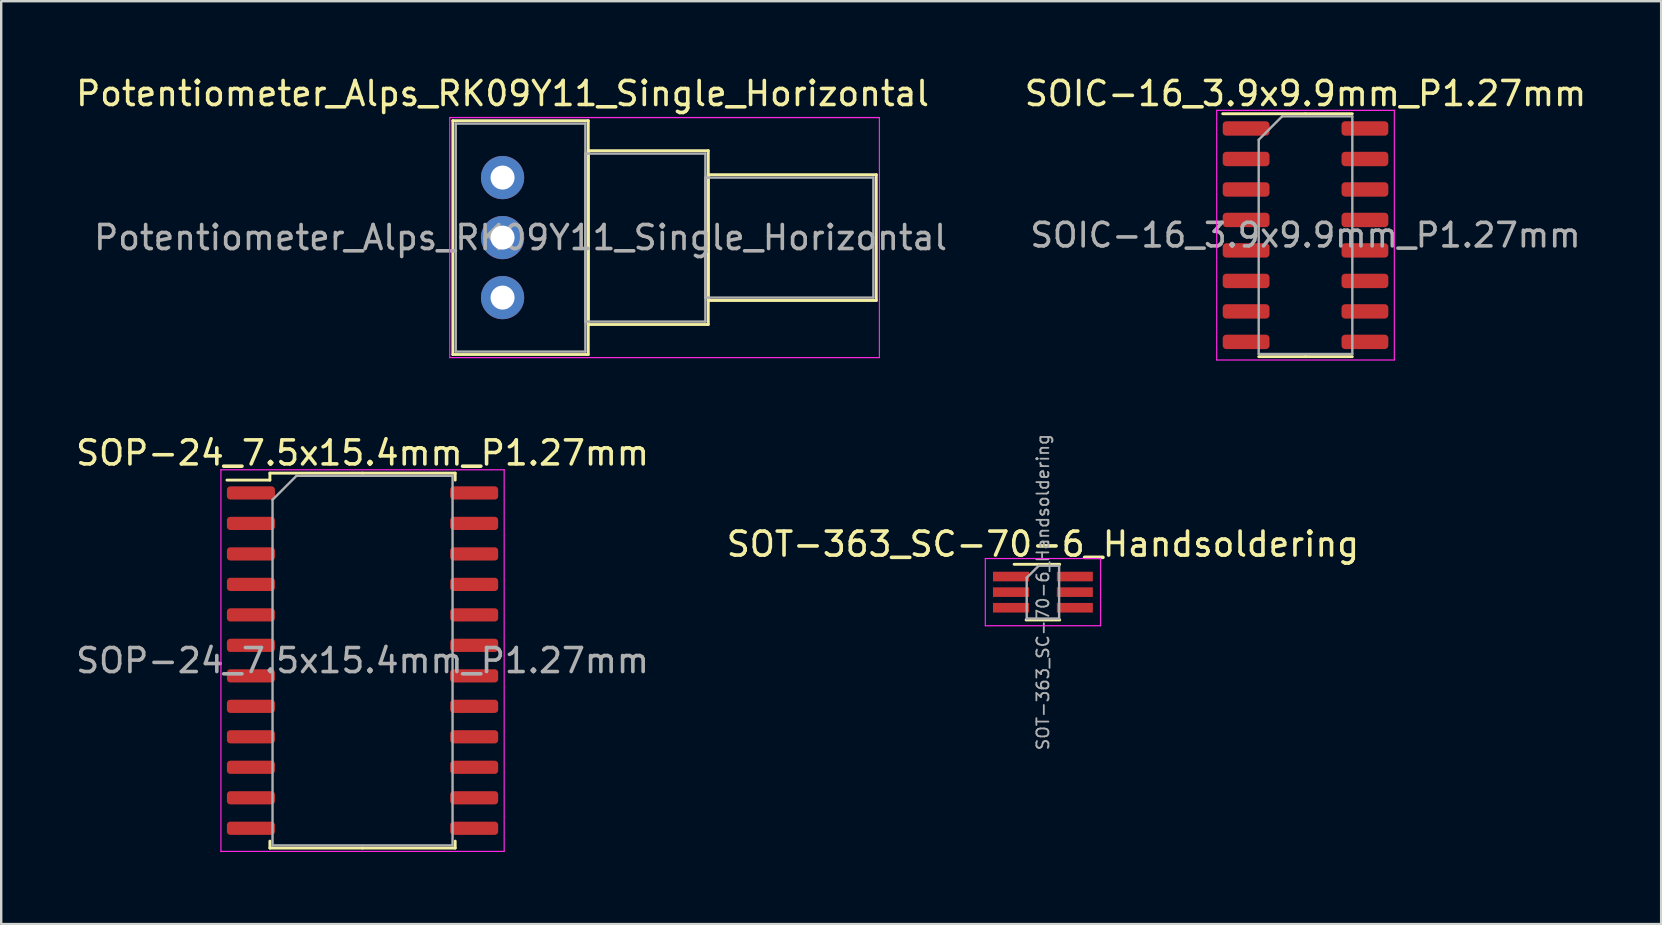
<source format=kicad_pcb>
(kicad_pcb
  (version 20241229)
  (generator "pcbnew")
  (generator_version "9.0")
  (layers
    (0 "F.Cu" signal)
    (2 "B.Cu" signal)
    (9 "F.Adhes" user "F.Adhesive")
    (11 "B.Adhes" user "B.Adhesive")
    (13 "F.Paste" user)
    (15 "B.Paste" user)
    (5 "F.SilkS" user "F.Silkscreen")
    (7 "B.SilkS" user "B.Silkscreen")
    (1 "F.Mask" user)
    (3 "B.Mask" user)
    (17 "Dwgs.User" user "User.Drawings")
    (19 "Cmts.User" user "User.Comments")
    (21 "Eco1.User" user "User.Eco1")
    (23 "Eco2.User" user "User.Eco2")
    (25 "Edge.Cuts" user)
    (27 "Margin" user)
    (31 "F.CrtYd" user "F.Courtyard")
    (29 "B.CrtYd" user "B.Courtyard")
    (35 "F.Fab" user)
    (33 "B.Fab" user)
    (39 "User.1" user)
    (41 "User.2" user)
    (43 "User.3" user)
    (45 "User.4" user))
  (footprint "SOIC-16_3.9x9.9mm_P1.27mm"
    (layer "F.Cu")
    (at 51.339 6.748)
    (property "Reference" "SOIC-16_3.9x9.9mm_P1.27mm" (at 0 -5.9 0) (layer "F.SilkS") (effects (font (size 1 1) (thickness 0.15))))
    (attr smd)
    (fp_line (start 0 -5.06) (end -3.45 -5.06) (stroke (width 0.12) (type solid)) (layer "F.SilkS"))
    (fp_line (start 0 -5.06) (end 1.95 -5.06) (stroke (width 0.12) (type solid)) (layer "F.SilkS"))
    (fp_line (start 0 5.06) (end -1.95 5.06) (stroke (width 0.12) (type solid)) (layer "F.SilkS"))
    (fp_line (start 0 5.06) (end 1.95 5.06) (stroke (width 0.12) (type solid)) (layer "F.SilkS"))
    (fp_line (start -3.7 -5.2) (end -3.7 5.2) (stroke (width 0.05) (type solid)) (layer "F.CrtYd"))
    (fp_line (start -3.7 5.2) (end 3.7 5.2) (stroke (width 0.05) (type solid)) (layer "F.CrtYd"))
    (fp_line (start 3.7 -5.2) (end -3.7 -5.2) (stroke (width 0.05) (type solid)) (layer "F.CrtYd"))
    (fp_line (start 3.7 5.2) (end 3.7 -5.2) (stroke (width 0.05) (type solid)) (layer "F.CrtYd"))
    (fp_line (start -1.95 -3.975) (end -0.975 -4.95) (stroke (width 0.1) (type solid)) (layer "F.Fab"))
    (fp_line (start -1.95 4.95) (end -1.95 -3.975) (stroke (width 0.1) (type solid)) (layer "F.Fab"))
    (fp_line (start -0.975 -4.95) (end 1.95 -4.95) (stroke (width 0.1) (type solid)) (layer "F.Fab"))
    (fp_line (start 1.95 -4.95) (end 1.95 4.95) (stroke (width 0.1) (type solid)) (layer "F.Fab"))
    (fp_line (start 1.95 4.95) (end -1.95 4.95) (stroke (width 0.1) (type solid)) (layer "F.Fab"))
    (fp_text user "${REFERENCE}" (at 0 0 0) (layer "F.Fab") (effects (font (size 0.98 0.98) (thickness 0.15))))
    (pad "1" smd roundrect (at -2.475 -4.445) (size 1.95 0.6) (layers "F.Cu" "F.Mask" "F.Paste") (roundrect_rratio 0.25))
    (pad "2" smd roundrect (at -2.475 -3.175) (size 1.95 0.6) (layers "F.Cu" "F.Mask" "F.Paste") (roundrect_rratio 0.25))
    (pad "3" smd roundrect (at -2.475 -1.905) (size 1.95 0.6) (layers "F.Cu" "F.Mask" "F.Paste") (roundrect_rratio 0.25))
    (pad "4" smd roundrect (at -2.475 -0.635) (size 1.95 0.6) (layers "F.Cu" "F.Mask" "F.Paste") (roundrect_rratio 0.25))
    (pad "5" smd roundrect (at -2.475 0.635) (size 1.95 0.6) (layers "F.Cu" "F.Mask" "F.Paste") (roundrect_rratio 0.25))
    (pad "6" smd roundrect (at -2.475 1.905) (size 1.95 0.6) (layers "F.Cu" "F.Mask" "F.Paste") (roundrect_rratio 0.25))
    (pad "7" smd roundrect (at -2.475 3.175) (size 1.95 0.6) (layers "F.Cu" "F.Mask" "F.Paste") (roundrect_rratio 0.25))
    (pad "8" smd roundrect (at -2.475 4.445) (size 1.95 0.6) (layers "F.Cu" "F.Mask" "F.Paste") (roundrect_rratio 0.25))
    (pad "9" smd roundrect (at 2.475 4.445) (size 1.95 0.6) (layers "F.Cu" "F.Mask" "F.Paste") (roundrect_rratio 0.25))
    (pad "10" smd roundrect (at 2.475 3.175) (size 1.95 0.6) (layers "F.Cu" "F.Mask" "F.Paste") (roundrect_rratio 0.25))
    (pad "11" smd roundrect (at 2.475 1.905) (size 1.95 0.6) (layers "F.Cu" "F.Mask" "F.Paste") (roundrect_rratio 0.25))
    (pad "12" smd roundrect (at 2.475 0.635) (size 1.95 0.6) (layers "F.Cu" "F.Mask" "F.Paste") (roundrect_rratio 0.25))
    (pad "13" smd roundrect (at 2.475 -0.635) (size 1.95 0.6) (layers "F.Cu" "F.Mask" "F.Paste") (roundrect_rratio 0.25))
    (pad "14" smd roundrect (at 2.475 -1.905) (size 1.95 0.6) (layers "F.Cu" "F.Mask" "F.Paste") (roundrect_rratio 0.25))
    (pad "15" smd roundrect (at 2.475 -3.175) (size 1.95 0.6) (layers "F.Cu" "F.Mask" "F.Paste") (roundrect_rratio 0.25))
    (pad "16" smd roundrect (at 2.475 -4.445) (size 1.95 0.6) (layers "F.Cu" "F.Mask" "F.Paste") (roundrect_rratio 0.25)))
  (footprint "SOP-24_7.5x15.4mm_P1.27mm"
    (layer "F.Cu")
    (at 12.054 24.471)
    (property "Reference" "SOP-24_7.5x15.4mm_P1.27mm" (at 0 -8.65 0) (layer "F.SilkS") (effects (font (size 1 1) (thickness 0.15))))
    (attr smd)
    (fp_line (start -3.86 -7.81) (end -3.86 -7.52) (stroke (width 0.12) (type solid)) (layer "F.SilkS"))
    (fp_line (start -3.86 -7.52) (end -5.65 -7.52) (stroke (width 0.12) (type solid)) (layer "F.SilkS"))
    (fp_line (start -3.86 7.81) (end -3.86 7.52) (stroke (width 0.12) (type solid)) (layer "F.SilkS"))
    (fp_line (start 0 -7.81) (end -3.86 -7.81) (stroke (width 0.12) (type solid)) (layer "F.SilkS"))
    (fp_line (start 0 -7.81) (end 3.86 -7.81) (stroke (width 0.12) (type solid)) (layer "F.SilkS"))
    (fp_line (start 0 7.81) (end -3.86 7.81) (stroke (width 0.12) (type solid)) (layer "F.SilkS"))
    (fp_line (start 0 7.81) (end 3.86 7.81) (stroke (width 0.12) (type solid)) (layer "F.SilkS"))
    (fp_line (start 3.86 -7.81) (end 3.86 -7.52) (stroke (width 0.12) (type solid)) (layer "F.SilkS"))
    (fp_line (start 3.86 7.81) (end 3.86 7.52) (stroke (width 0.12) (type solid)) (layer "F.SilkS"))
    (fp_line (start -5.9 -7.95) (end -5.9 7.95) (stroke (width 0.05) (type solid)) (layer "F.CrtYd"))
    (fp_line (start -5.9 7.95) (end 5.9 7.95) (stroke (width 0.05) (type solid)) (layer "F.CrtYd"))
    (fp_line (start 5.9 -7.95) (end -5.9 -7.95) (stroke (width 0.05) (type solid)) (layer "F.CrtYd"))
    (fp_line (start 5.9 7.95) (end 5.9 -7.95) (stroke (width 0.05) (type solid)) (layer "F.CrtYd"))
    (fp_line (start -3.75 -6.7) (end -2.75 -7.7) (stroke (width 0.1) (type solid)) (layer "F.Fab"))
    (fp_line (start -3.75 7.7) (end -3.75 -6.7) (stroke (width 0.1) (type solid)) (layer "F.Fab"))
    (fp_line (start -2.75 -7.7) (end 3.75 -7.7) (stroke (width 0.1) (type solid)) (layer "F.Fab"))
    (fp_line (start 3.75 -7.7) (end 3.75 7.7) (stroke (width 0.1) (type solid)) (layer "F.Fab"))
    (fp_line (start 3.75 7.7) (end -3.75 7.7) (stroke (width 0.1) (type solid)) (layer "F.Fab"))
    (fp_text user "${REFERENCE}" (at 0 0 0) (layer "F.Fab") (effects (font (size 1 1) (thickness 0.15))))
    (pad "1" smd roundrect (at -4.65 -6.985) (size 2 0.55) (layers "F.Cu" "F.Mask" "F.Paste") (roundrect_rratio 0.25))
    (pad "2" smd roundrect (at -4.65 -5.715) (size 2 0.55) (layers "F.Cu" "F.Mask" "F.Paste") (roundrect_rratio 0.25))
    (pad "3" smd roundrect (at -4.65 -4.445) (size 2 0.55) (layers "F.Cu" "F.Mask" "F.Paste") (roundrect_rratio 0.25))
    (pad "4" smd roundrect (at -4.65 -3.175) (size 2 0.55) (layers "F.Cu" "F.Mask" "F.Paste") (roundrect_rratio 0.25))
    (pad "5" smd roundrect (at -4.65 -1.905) (size 2 0.55) (layers "F.Cu" "F.Mask" "F.Paste") (roundrect_rratio 0.25))
    (pad "6" smd roundrect (at -4.65 -0.635) (size 2 0.55) (layers "F.Cu" "F.Mask" "F.Paste") (roundrect_rratio 0.25))
    (pad "7" smd roundrect (at -4.65 0.635) (size 2 0.55) (layers "F.Cu" "F.Mask" "F.Paste") (roundrect_rratio 0.25))
    (pad "8" smd roundrect (at -4.65 1.905) (size 2 0.55) (layers "F.Cu" "F.Mask" "F.Paste") (roundrect_rratio 0.25))
    (pad "9" smd roundrect (at -4.65 3.175) (size 2 0.55) (layers "F.Cu" "F.Mask" "F.Paste") (roundrect_rratio 0.25))
    (pad "10" smd roundrect (at -4.65 4.445) (size 2 0.55) (layers "F.Cu" "F.Mask" "F.Paste") (roundrect_rratio 0.25))
    (pad "11" smd roundrect (at -4.65 5.715) (size 2 0.55) (layers "F.Cu" "F.Mask" "F.Paste") (roundrect_rratio 0.25))
    (pad "12" smd roundrect (at -4.65 6.985) (size 2 0.55) (layers "F.Cu" "F.Mask" "F.Paste") (roundrect_rratio 0.25))
    (pad "13" smd roundrect (at 4.65 6.985) (size 2 0.55) (layers "F.Cu" "F.Mask" "F.Paste") (roundrect_rratio 0.25))
    (pad "14" smd roundrect (at 4.65 5.715) (size 2 0.55) (layers "F.Cu" "F.Mask" "F.Paste") (roundrect_rratio 0.25))
    (pad "15" smd roundrect (at 4.65 4.445) (size 2 0.55) (layers "F.Cu" "F.Mask" "F.Paste") (roundrect_rratio 0.25))
    (pad "16" smd roundrect (at 4.65 3.175) (size 2 0.55) (layers "F.Cu" "F.Mask" "F.Paste") (roundrect_rratio 0.25))
    (pad "17" smd roundrect (at 4.65 1.905) (size 2 0.55) (layers "F.Cu" "F.Mask" "F.Paste") (roundrect_rratio 0.25))
    (pad "18" smd roundrect (at 4.65 0.635) (size 2 0.55) (layers "F.Cu" "F.Mask" "F.Paste") (roundrect_rratio 0.25))
    (pad "19" smd roundrect (at 4.65 -0.635) (size 2 0.55) (layers "F.Cu" "F.Mask" "F.Paste") (roundrect_rratio 0.25))
    (pad "20" smd roundrect (at 4.65 -1.905) (size 2 0.55) (layers "F.Cu" "F.Mask" "F.Paste") (roundrect_rratio 0.25))
    (pad "21" smd roundrect (at 4.65 -3.175) (size 2 0.55) (layers "F.Cu" "F.Mask" "F.Paste") (roundrect_rratio 0.25))
    (pad "22" smd roundrect (at 4.65 -4.445) (size 2 0.55) (layers "F.Cu" "F.Mask" "F.Paste") (roundrect_rratio 0.25))
    (pad "23" smd roundrect (at 4.65 -5.715) (size 2 0.55) (layers "F.Cu" "F.Mask" "F.Paste") (roundrect_rratio 0.25))
    (pad "24" smd roundrect (at 4.65 -6.985) (size 2 0.55) (layers "F.Cu" "F.Mask" "F.Paste") (roundrect_rratio 0.25)))
  (footprint "SOT-363_SC-70-6_Handsoldering"
    (layer "F.Cu")
    (at 40.399 21.619)
    (property "Reference" "SOT-363_SC-70-6_Handsoldering" (at 0 -2 0) (layer "F.SilkS") (effects (font (size 1 1) (thickness 0.15))))
    (attr smd)
    (fp_line (start -0.7 1.16) (end 0.7 1.16) (stroke (width 0.12) (type solid)) (layer "F.SilkS"))
    (fp_line (start 0.7 -1.16) (end -1.2 -1.16) (stroke (width 0.12) (type solid)) (layer "F.SilkS"))
    (fp_line (start -2.4 -1.4) (end -2.4 1.4) (stroke (width 0.05) (type solid)) (layer "F.CrtYd"))
    (fp_line (start -2.4 -1.4) (end 2.4 -1.4) (stroke (width 0.05) (type solid)) (layer "F.CrtYd"))
    (fp_line (start -2.4 1.4) (end 2.4 1.4) (stroke (width 0.05) (type solid)) (layer "F.CrtYd"))
    (fp_line (start 2.4 1.4) (end 2.4 -1.4) (stroke (width 0.05) (type solid)) (layer "F.CrtYd"))
    (fp_line (start -0.675 -0.6) (end -0.675 1.1) (stroke (width 0.1) (type solid)) (layer "F.Fab"))
    (fp_line (start -0.175 -1.1) (end -0.675 -0.6) (stroke (width 0.1) (type solid)) (layer "F.Fab"))
    (fp_line (start 0.675 -1.1) (end -0.175 -1.1) (stroke (width 0.1) (type solid)) (layer "F.Fab"))
    (fp_line (start 0.675 -1.1) (end 0.675 1.1) (stroke (width 0.1) (type solid)) (layer "F.Fab"))
    (fp_line (start 0.675 1.1) (end -0.675 1.1) (stroke (width 0.1) (type solid)) (layer "F.Fab"))
    (fp_text user "${REFERENCE}" (at 0 0 90) (layer "F.Fab") (effects (font (size 0.5 0.5) (thickness 0.075))))
    (pad "1" smd rect (at -1.33 -0.65) (size 1.5 0.4) (layers "F.Cu" "F.Mask" "F.Paste"))
    (pad "2" smd rect (at -1.33 0) (size 1.5 0.4) (layers "F.Cu" "F.Mask" "F.Paste"))
    (pad "3" smd rect (at -1.33 0.65) (size 1.5 0.4) (layers "F.Cu" "F.Mask" "F.Paste"))
    (pad "4" smd rect (at 1.33 0.65) (size 1.5 0.4) (layers "F.Cu" "F.Mask" "F.Paste"))
    (pad "5" smd rect (at 1.33 0) (size 1.5 0.4) (layers "F.Cu" "F.Mask" "F.Paste"))
    (pad "6" smd rect (at 1.33 -0.65) (size 1.5 0.4) (layers "F.Cu" "F.Mask" "F.Paste")))
  (footprint "Potentiometer_Alps_RK09Y11_Single_Horizontal"
    (layer "F.Cu")
    (at 17.887 9.348)
    (property "Reference" "Potentiometer_Alps_RK09Y11_Single_Horizontal" (at 0 -8.5 0) (layer "F.SilkS") (effects (font (size 1 1) (thickness 0.15))))
    (attr through_hole)
    (fp_line (start -2.071 -7.37) (end -2.071 2.37) (stroke (width 0.12) (type solid)) (layer "F.SilkS"))
    (fp_line (start -2.071 -7.37) (end 3.57 -7.37) (stroke (width 0.12) (type solid)) (layer "F.SilkS"))
    (fp_line (start -2.071 2.37) (end 3.57 2.37) (stroke (width 0.12) (type solid)) (layer "F.SilkS"))
    (fp_line (start 3.57 -7.37) (end 3.57 2.37) (stroke (width 0.12) (type solid)) (layer "F.SilkS"))
    (fp_line (start 3.57 -6.12) (end 3.57 1.12) (stroke (width 0.12) (type solid)) (layer "F.SilkS"))
    (fp_line (start 3.57 -6.12) (end 8.57 -6.12) (stroke (width 0.12) (type solid)) (layer "F.SilkS"))
    (fp_line (start 3.57 1.12) (end 8.57 1.12) (stroke (width 0.12) (type solid)) (layer "F.SilkS"))
    (fp_line (start 8.57 -6.12) (end 8.57 1.12) (stroke (width 0.12) (type solid)) (layer "F.SilkS"))
    (fp_line (start 8.57 -5.12) (end 8.57 0.12) (stroke (width 0.12) (type solid)) (layer "F.SilkS"))
    (fp_line (start 8.57 -5.12) (end 15.57 -5.12) (stroke (width 0.12) (type solid)) (layer "F.SilkS"))
    (fp_line (start 8.57 0.12) (end 15.57 0.12) (stroke (width 0.12) (type solid)) (layer "F.SilkS"))
    (fp_line (start 15.57 -5.12) (end 15.57 0.12) (stroke (width 0.12) (type solid)) (layer "F.SilkS"))
    (fp_line (start -2.2 -7.5) (end -2.2 2.5) (stroke (width 0.05) (type solid)) (layer "F.CrtYd"))
    (fp_line (start -2.2 2.5) (end 15.7 2.5) (stroke (width 0.05) (type solid)) (layer "F.CrtYd"))
    (fp_line (start 15.7 -7.5) (end -2.2 -7.5) (stroke (width 0.05) (type solid)) (layer "F.CrtYd"))
    (fp_line (start 15.7 2.5) (end 15.7 -7.5) (stroke (width 0.05) (type solid)) (layer "F.CrtYd"))
    (fp_line (start -1.95 -7.25) (end -1.95 2.25) (stroke (width 0.1) (type solid)) (layer "F.Fab"))
    (fp_line (start -1.95 2.25) (end 3.45 2.25) (stroke (width 0.1) (type solid)) (layer "F.Fab"))
    (fp_line (start 3.45 -7.25) (end -1.95 -7.25) (stroke (width 0.1) (type solid)) (layer "F.Fab"))
    (fp_line (start 3.45 -6) (end 3.45 1) (stroke (width 0.1) (type solid)) (layer "F.Fab"))
    (fp_line (start 3.45 1) (end 8.45 1) (stroke (width 0.1) (type solid)) (layer "F.Fab"))
    (fp_line (start 3.45 2.25) (end 3.45 -7.25) (stroke (width 0.1) (type solid)) (layer "F.Fab"))
    (fp_line (start 8.45 -6) (end 3.45 -6) (stroke (width 0.1) (type solid)) (layer "F.Fab"))
    (fp_line (start 8.45 -5) (end 8.45 0) (stroke (width 0.1) (type solid)) (layer "F.Fab"))
    (fp_line (start 8.45 0) (end 15.45 0) (stroke (width 0.1) (type solid)) (layer "F.Fab"))
    (fp_line (start 8.45 1) (end 8.45 -6) (stroke (width 0.1) (type solid)) (layer "F.Fab"))
    (fp_line (start 15.45 -5) (end 8.45 -5) (stroke (width 0.1) (type solid)) (layer "F.Fab"))
    (fp_line (start 15.45 0) (end 15.45 -5) (stroke (width 0.1) (type solid)) (layer "F.Fab"))
    (fp_text user "${REFERENCE}" (at 0.75 -2.5 0) (layer "F.Fab") (effects (font (size 1 1) (thickness 0.15))))
    (pad "1" thru_hole circle (at 0 0) (size 1.8 1.8) (drill 1) (layers "*.Cu" "*.Mask"))
    (pad "2" thru_hole circle (at 0 -2.5) (size 1.8 1.8) (drill 1) (layers "*.Cu" "*.Mask"))
    (pad "3" thru_hole circle (at 0 -5) (size 1.8 1.8) (drill 1) (layers "*.Cu" "*.Mask")))
  (gr_rect
    (start -3 -3)
    (end 66.155 35.447)
    (stroke (width 0.1) (type default))
    (fill no)
    (layer "Edge.Cuts")))
</source>
